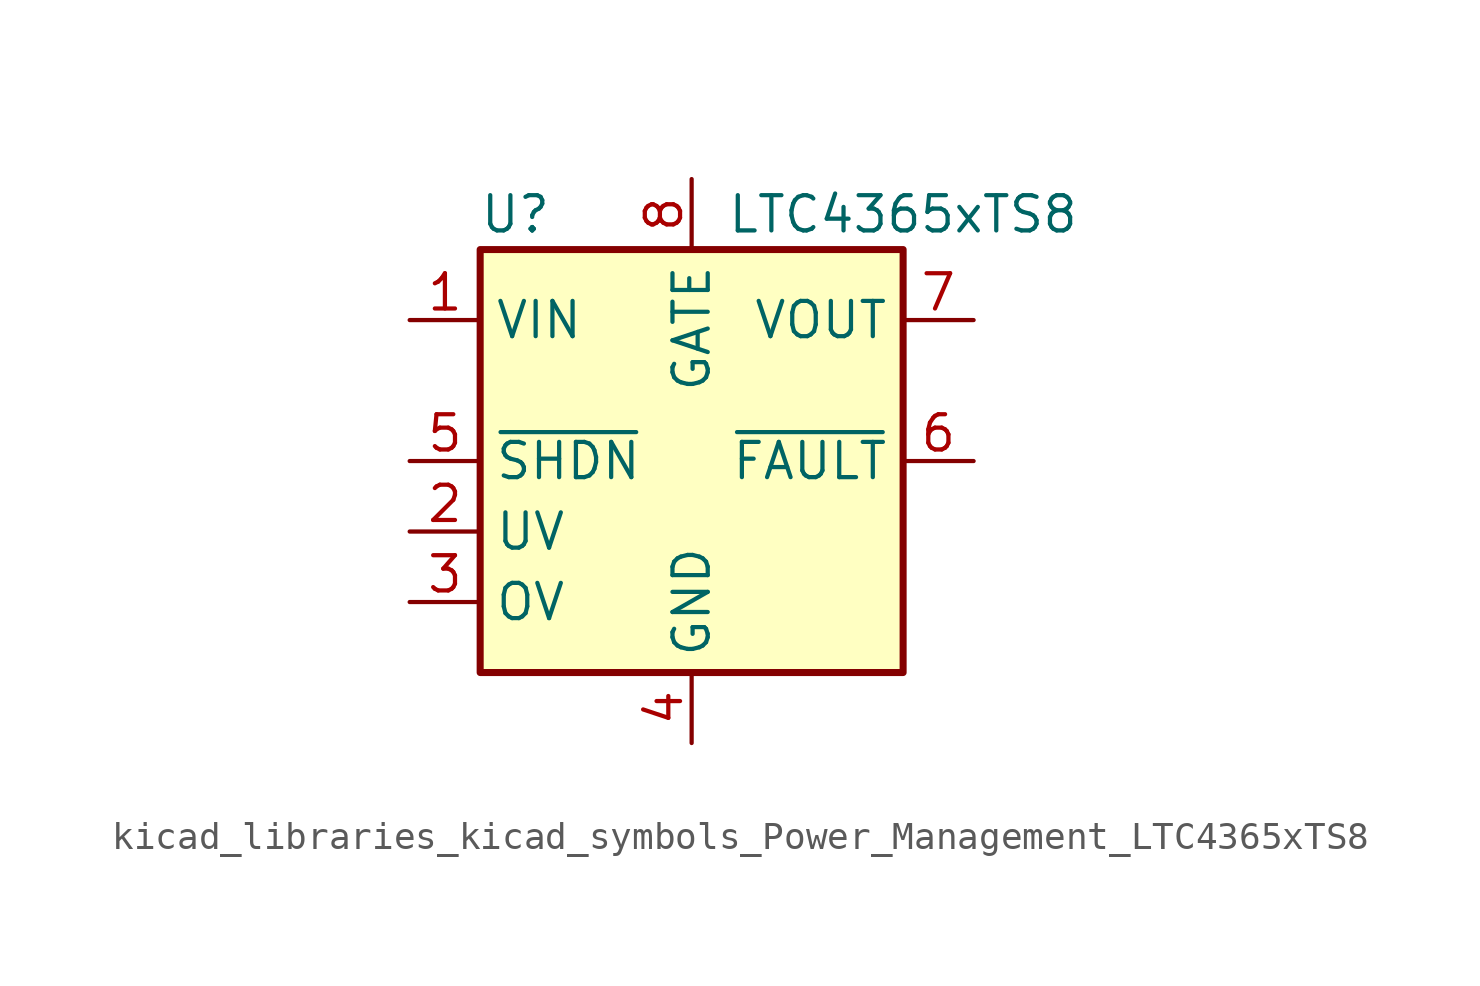
<source format=kicad_sym>
(kicad_symbol_lib
  (version 20220914)
  (generator kicad_symbol_editor)
  (symbol "kicad_libraries_kicad_symbols_Power_Management_LTC4365xTS8"
    (property "Reference" "U"
      (at -6.35 8.89 0)
      (effects (font (size 1.27 1.27))))
    (property "Value" "LTC4365xTS8"
      (at 7.62 8.89 0)
      (effects (font (size 1.27 1.27))))
    (symbol "kicad_libraries_kicad_symbols_Power_Management_LTC4365xTS8_0_1"
      (rectangle (start -7.62 7.62) (end 7.62 -7.62) (stroke (width 0.254) (type default)) (fill (type background))))
    (symbol "kicad_libraries_kicad_symbols_Power_Management_LTC4365xTS8_1_1"
      (pin power_in line (at -10.16 5.08 0) (length 2.54) (name "VIN" (effects (font (size 1.27 1.27)))) (number "1" (effects (font (size 1.27 1.27)))))
      (pin input line (at -10.16 -2.54 0) (length 2.54) (name "UV" (effects (font (size 1.27 1.27)))) (number "2" (effects (font (size 1.27 1.27)))))
      (pin input line (at -10.16 -5.08 0) (length 2.54) (name "OV" (effects (font (size 1.27 1.27)))) (number "3" (effects (font (size 1.27 1.27)))))
      (pin power_in line (at 0 -10.16 90) (length 2.54) (name "GND" (effects (font (size 1.27 1.27)))) (number "4" (effects (font (size 1.27 1.27)))))
      (pin input line (at -10.16 0 0) (length 2.54) (name "~{SHDN}" (effects (font (size 1.27 1.27)))) (number "5" (effects (font (size 1.27 1.27)))))
      (pin open_collector line (at 10.16 0 180) (length 2.54) (name "~{FAULT}" (effects (font (size 1.27 1.27)))) (number "6" (effects (font (size 1.27 1.27)))))
      (pin input line (at 10.16 5.08 180) (length 2.54) (name "VOUT" (effects (font (size 1.27 1.27)))) (number "7" (effects (font (size 1.27 1.27)))))
      (pin output line (at 0 10.16 270) (length 2.54) (name "GATE" (effects (font (size 1.27 1.27)))) (number "8" (effects (font (size 1.27 1.27))))))))
</source>
